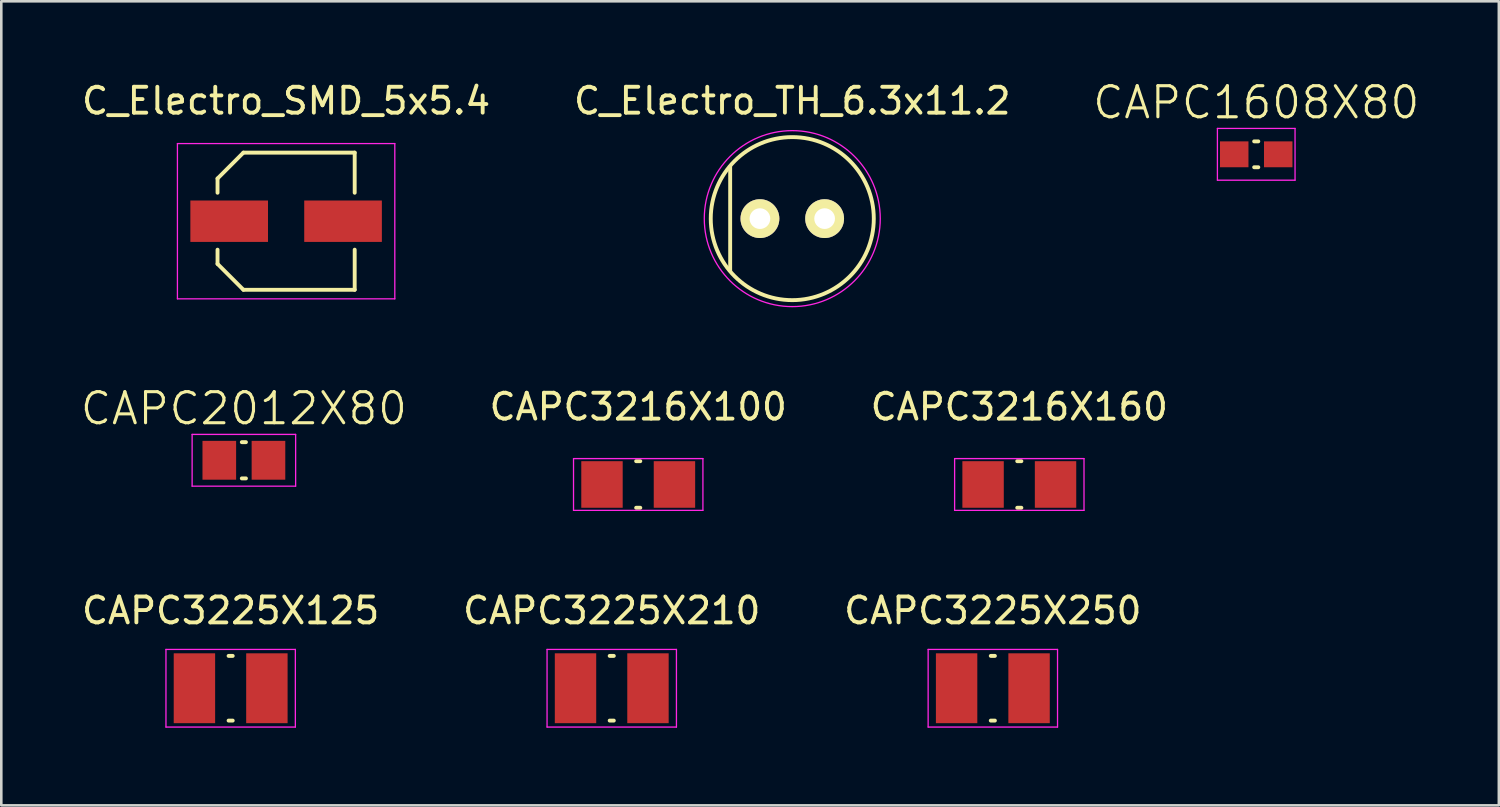
<source format=kicad_pcb>
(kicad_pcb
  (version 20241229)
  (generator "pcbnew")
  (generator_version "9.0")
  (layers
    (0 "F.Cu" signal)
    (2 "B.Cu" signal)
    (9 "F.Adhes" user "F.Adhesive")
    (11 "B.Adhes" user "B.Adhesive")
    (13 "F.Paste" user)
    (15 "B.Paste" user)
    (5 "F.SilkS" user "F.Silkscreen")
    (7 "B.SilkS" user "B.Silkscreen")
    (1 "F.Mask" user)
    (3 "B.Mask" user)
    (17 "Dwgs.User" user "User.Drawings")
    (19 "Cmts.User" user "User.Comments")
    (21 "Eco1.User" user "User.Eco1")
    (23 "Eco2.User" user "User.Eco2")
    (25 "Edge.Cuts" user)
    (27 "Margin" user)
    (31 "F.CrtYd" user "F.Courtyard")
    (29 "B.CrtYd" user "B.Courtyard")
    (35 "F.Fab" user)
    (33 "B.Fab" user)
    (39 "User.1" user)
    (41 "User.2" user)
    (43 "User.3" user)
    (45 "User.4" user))
  (footprint "CAPC3225X125"
    (layer "F.Cu")
    (at 5.863 23.545)
    (property "Reference" "CAPC3225X125" (at 0 -3 0) (layer "F.SilkS") (effects (font (size 1 1) (thickness 0.15))))
    (attr through_hole)
    (fp_line (start -0.08 1.25) (end 0.08 1.25) (stroke (width 0.15) (type solid)) (layer "F.SilkS"))
    (fp_line (start 0.08 -1.25) (end -0.08 -1.25) (stroke (width 0.15) (type solid)) (layer "F.SilkS"))
    (fp_line (start -2.5 -1.5) (end -2.5 1.5) (stroke (width 0.05) (type solid)) (layer "F.CrtYd"))
    (fp_line (start -2.5 -1.5) (end 2.5 -1.5) (stroke (width 0.05) (type solid)) (layer "F.CrtYd"))
    (fp_line (start -2.5 1.5) (end 2.5 1.5) (stroke (width 0.05) (type solid)) (layer "F.CrtYd"))
    (fp_line (start 2.5 -1.5) (end 2.5 1.5) (stroke (width 0.05) (type solid)) (layer "F.CrtYd"))
    (pad "1" smd rect (at -1.4 0) (size 1.6 2.7) (layers "F.Cu" "F.Mask" "F.Paste"))
    (pad "2" smd rect (at 1.4 0) (size 1.6 2.7) (layers "F.Cu" "F.Mask" "F.Paste")))
  (footprint "C_Electro_SMD_5x5.4"
    (layer "F.Cu")
    (at 8.006 5.498)
    (property "Reference" "C_Electro_SMD_5x5.4" (at 0 -4.65 0) (layer "F.SilkS") (effects (font (size 1 1) (thickness 0.15))))
    (attr through_hole)
    (fp_line (start -2.65 -1.65) (end -2.65 -1.1) (stroke (width 0.15) (type solid)) (layer "F.SilkS"))
    (fp_line (start -2.65 1.65) (end -2.65 1.1) (stroke (width 0.15) (type solid)) (layer "F.SilkS"))
    (fp_line (start -1.65 -2.65) (end -2.65 -1.65) (stroke (width 0.15) (type solid)) (layer "F.SilkS"))
    (fp_line (start -1.65 2.65) (end -2.65 1.65) (stroke (width 0.15) (type solid)) (layer "F.SilkS"))
    (fp_line (start 2.65 -2.65) (end -1.65 -2.65) (stroke (width 0.15) (type solid)) (layer "F.SilkS"))
    (fp_line (start 2.65 -1.1) (end 2.65 -2.65) (stroke (width 0.15) (type solid)) (layer "F.SilkS"))
    (fp_line (start 2.65 1.1) (end 2.65 2.65) (stroke (width 0.15) (type solid)) (layer "F.SilkS"))
    (fp_line (start 2.65 2.65) (end -1.65 2.65) (stroke (width 0.15) (type solid)) (layer "F.SilkS"))
    (fp_line (start -4.2 -3) (end -4.2 3) (stroke (width 0.05) (type solid)) (layer "F.CrtYd"))
    (fp_line (start -4.2 3) (end 4.2 3) (stroke (width 0.05) (type solid)) (layer "F.CrtYd"))
    (fp_line (start 4.2 -3) (end -4.2 -3) (stroke (width 0.05) (type solid)) (layer "F.CrtYd"))
    (fp_line (start 4.2 3) (end 4.2 -3) (stroke (width 0.05) (type solid)) (layer "F.CrtYd"))
    (pad "1" smd rect (at -2.2 0) (size 3 1.6) (layers "F.Cu" "F.Mask" "F.Paste"))
    (pad "2" smd rect (at 2.2 0) (size 3 1.6) (layers "F.Cu" "F.Mask" "F.Paste")))
  (footprint "CAPC3216X160"
    (layer "F.Cu")
    (at 36.338 15.671)
    (property "Reference" "CAPC3216X160" (at 0 -3 0) (layer "F.SilkS") (effects (font (size 1 1) (thickness 0.15))))
    (attr through_hole)
    (fp_line (start -0.08 0.9) (end 0.08 0.9) (stroke (width 0.15) (type solid)) (layer "F.SilkS"))
    (fp_line (start 0.08 -0.9) (end -0.08 -0.9) (stroke (width 0.15) (type solid)) (layer "F.SilkS"))
    (fp_line (start -2.5 -1) (end -2.5 1) (stroke (width 0.05) (type solid)) (layer "F.CrtYd"))
    (fp_line (start -2.5 -1) (end 2.5 -1) (stroke (width 0.05) (type solid)) (layer "F.CrtYd"))
    (fp_line (start -2.5 1) (end 2.5 1) (stroke (width 0.05) (type solid)) (layer "F.CrtYd"))
    (fp_line (start 2.5 -1) (end 2.5 1) (stroke (width 0.05) (type solid)) (layer "F.CrtYd"))
    (pad "1" smd rect (at -1.4 0) (size 1.6 1.8) (layers "F.Cu" "F.Mask" "F.Paste"))
    (pad "2" smd rect (at 1.4 0) (size 1.6 1.8) (layers "F.Cu" "F.Mask" "F.Paste")))
  (footprint "CAPC3225X210"
    (layer "F.Cu")
    (at 20.589 23.545)
    (property "Reference" "CAPC3225X210" (at 0 -3 0) (layer "F.SilkS") (effects (font (size 1 1) (thickness 0.15))))
    (attr through_hole)
    (fp_line (start -0.08 1.25) (end 0.08 1.25) (stroke (width 0.15) (type solid)) (layer "F.SilkS"))
    (fp_line (start 0.08 -1.25) (end -0.08 -1.25) (stroke (width 0.15) (type solid)) (layer "F.SilkS"))
    (fp_line (start -2.5 -1.5) (end -2.5 1.5) (stroke (width 0.05) (type solid)) (layer "F.CrtYd"))
    (fp_line (start -2.5 -1.5) (end 2.5 -1.5) (stroke (width 0.05) (type solid)) (layer "F.CrtYd"))
    (fp_line (start -2.5 1.5) (end 2.5 1.5) (stroke (width 0.05) (type solid)) (layer "F.CrtYd"))
    (fp_line (start 2.5 -1.5) (end 2.5 1.5) (stroke (width 0.05) (type solid)) (layer "F.CrtYd"))
    (pad "1" smd rect (at -1.4 0) (size 1.6 2.7) (layers "F.Cu" "F.Mask" "F.Paste"))
    (pad "2" smd rect (at 1.4 0) (size 1.6 2.7) (layers "F.Cu" "F.Mask" "F.Paste")))
  (footprint "C_Electro_TH_6.3x11.2"
    (layer "F.Cu")
    (at 27.565 5.398)
    (property "Reference" "C_Electro_TH_6.3x11.2" (at 0 -4.55 0) (layer "F.SilkS") (effects (font (size 1 1) (thickness 0.15))))
    (attr through_hole)
    (fp_line (start -2.4 -2) (end -2.4 2) (stroke (width 0.15) (type solid)) (layer "F.SilkS"))
    (fp_circle (center 0 0) (end 3.15 0) (stroke (width 0.15) (type solid)) (fill no) (layer "F.SilkS"))
    (fp_circle (center 0 0) (end 3.4 0) (stroke (width 0.05) (type solid)) (fill no) (layer "F.CrtYd"))
    (pad "1" thru_hole circle (at -1.25 0) (size 1.5 1.5) (drill 0.8) (layers "*.Cu" "*.Mask" "F.SilkS"))
    (pad "2" thru_hole circle (at 1.25 0) (size 1.5 1.5) (drill 0.8) (layers "*.Cu" "*.Mask" "F.SilkS")))
  (footprint "CAPC2012X80"
    (layer "F.Cu")
    (at 6.374 14.736)
    (property "Reference" "CAPC2012X80" (at 0 -2 0) (layer "F.SilkS") (effects (font (size 1.2 1.2) (thickness 0.12))))
    (attr through_hole)
    (fp_line (start -0.08 0.7) (end 0.08 0.7) (stroke (width 0.15) (type solid)) (layer "F.SilkS"))
    (fp_line (start 0.08 -0.7) (end -0.08 -0.7) (stroke (width 0.15) (type solid)) (layer "F.SilkS"))
    (fp_line (start -2 -1) (end 2 -1) (stroke (width 0.05) (type solid)) (layer "F.CrtYd"))
    (fp_line (start -2 1) (end -2 -1) (stroke (width 0.05) (type solid)) (layer "F.CrtYd"))
    (fp_line (start 2 -1) (end 2 1) (stroke (width 0.05) (type solid)) (layer "F.CrtYd"))
    (fp_line (start 2 1) (end -2 1) (stroke (width 0.05) (type solid)) (layer "F.CrtYd"))
    (pad "1" smd rect (at -0.95 0) (size 1.3 1.5) (layers "F.Cu" "F.Mask" "F.Paste"))
    (pad "2" smd rect (at 0.95 0) (size 1.3 1.5) (layers "F.Cu" "F.Mask" "F.Paste")))
  (footprint "CAPC1608X80"
    (layer "F.Cu")
    (at 45.493 2.913)
    (property "Reference" "CAPC1608X80" (at 0 -2 0) (layer "F.SilkS") (effects (font (size 1.2 1.2) (thickness 0.12))))
    (attr through_hole)
    (fp_line (start -0.08 0.5) (end 0.08 0.5) (stroke (width 0.15) (type solid)) (layer "F.SilkS"))
    (fp_line (start 0.08 -0.5) (end -0.08 -0.5) (stroke (width 0.15) (type solid)) (layer "F.SilkS"))
    (fp_line (start -1.5 -1) (end 1.5 -1) (stroke (width 0.05) (type solid)) (layer "F.CrtYd"))
    (fp_line (start -1.5 1) (end -1.5 -1) (stroke (width 0.05) (type solid)) (layer "F.CrtYd"))
    (fp_line (start 1.5 -1) (end 1.5 1) (stroke (width 0.05) (type solid)) (layer "F.CrtYd"))
    (fp_line (start 1.5 1) (end -1.5 1) (stroke (width 0.05) (type solid)) (layer "F.CrtYd"))
    (pad "1" smd rect (at -0.85 0) (size 1.1 1) (layers "F.Cu" "F.Mask" "F.Paste"))
    (pad "2" smd rect (at 0.85 0) (size 1.1 1) (layers "F.Cu" "F.Mask" "F.Paste")))
  (footprint "CAPC3225X250"
    (layer "F.Cu")
    (at 35.315 23.545)
    (property "Reference" "CAPC3225X250" (at 0 -3 0) (layer "F.SilkS") (effects (font (size 1 1) (thickness 0.15))))
    (attr through_hole)
    (fp_line (start -0.08 1.25) (end 0.08 1.25) (stroke (width 0.15) (type solid)) (layer "F.SilkS"))
    (fp_line (start 0.08 -1.25) (end -0.08 -1.25) (stroke (width 0.15) (type solid)) (layer "F.SilkS"))
    (fp_line (start -2.5 -1.5) (end -2.5 1.5) (stroke (width 0.05) (type solid)) (layer "F.CrtYd"))
    (fp_line (start -2.5 -1.5) (end 2.5 -1.5) (stroke (width 0.05) (type solid)) (layer "F.CrtYd"))
    (fp_line (start -2.5 1.5) (end 2.5 1.5) (stroke (width 0.05) (type solid)) (layer "F.CrtYd"))
    (fp_line (start 2.5 -1.5) (end 2.5 1.5) (stroke (width 0.05) (type solid)) (layer "F.CrtYd"))
    (pad "1" smd rect (at -1.4 0) (size 1.6 2.7) (layers "F.Cu" "F.Mask" "F.Paste"))
    (pad "2" smd rect (at 1.4 0) (size 1.6 2.7) (layers "F.Cu" "F.Mask" "F.Paste")))
  (footprint "CAPC3216X100"
    (layer "F.Cu")
    (at 21.612 15.671)
    (property "Reference" "CAPC3216X100" (at 0 -3 0) (layer "F.SilkS") (effects (font (size 1 1) (thickness 0.15))))
    (attr through_hole)
    (fp_line (start -0.08 0.9) (end 0.08 0.9) (stroke (width 0.15) (type solid)) (layer "F.SilkS"))
    (fp_line (start 0.08 -0.9) (end -0.08 -0.9) (stroke (width 0.15) (type solid)) (layer "F.SilkS"))
    (fp_line (start -2.5 -1) (end -2.5 1) (stroke (width 0.05) (type solid)) (layer "F.CrtYd"))
    (fp_line (start -2.5 -1) (end 2.5 -1) (stroke (width 0.05) (type solid)) (layer "F.CrtYd"))
    (fp_line (start -2.5 1) (end 2.5 1) (stroke (width 0.05) (type solid)) (layer "F.CrtYd"))
    (fp_line (start 2.5 -1) (end 2.5 1) (stroke (width 0.05) (type solid)) (layer "F.CrtYd"))
    (pad "1" smd rect (at -1.4 0) (size 1.6 1.8) (layers "F.Cu" "F.Mask" "F.Paste"))
    (pad "2" smd rect (at 1.4 0) (size 1.6 1.8) (layers "F.Cu" "F.Mask" "F.Paste")))
  (gr_rect
    (start -3 -3)
    (end 54.868 28.07)
    (stroke (width 0.1) (type default))
    (fill no)
    (layer "Edge.Cuts")))
</source>
